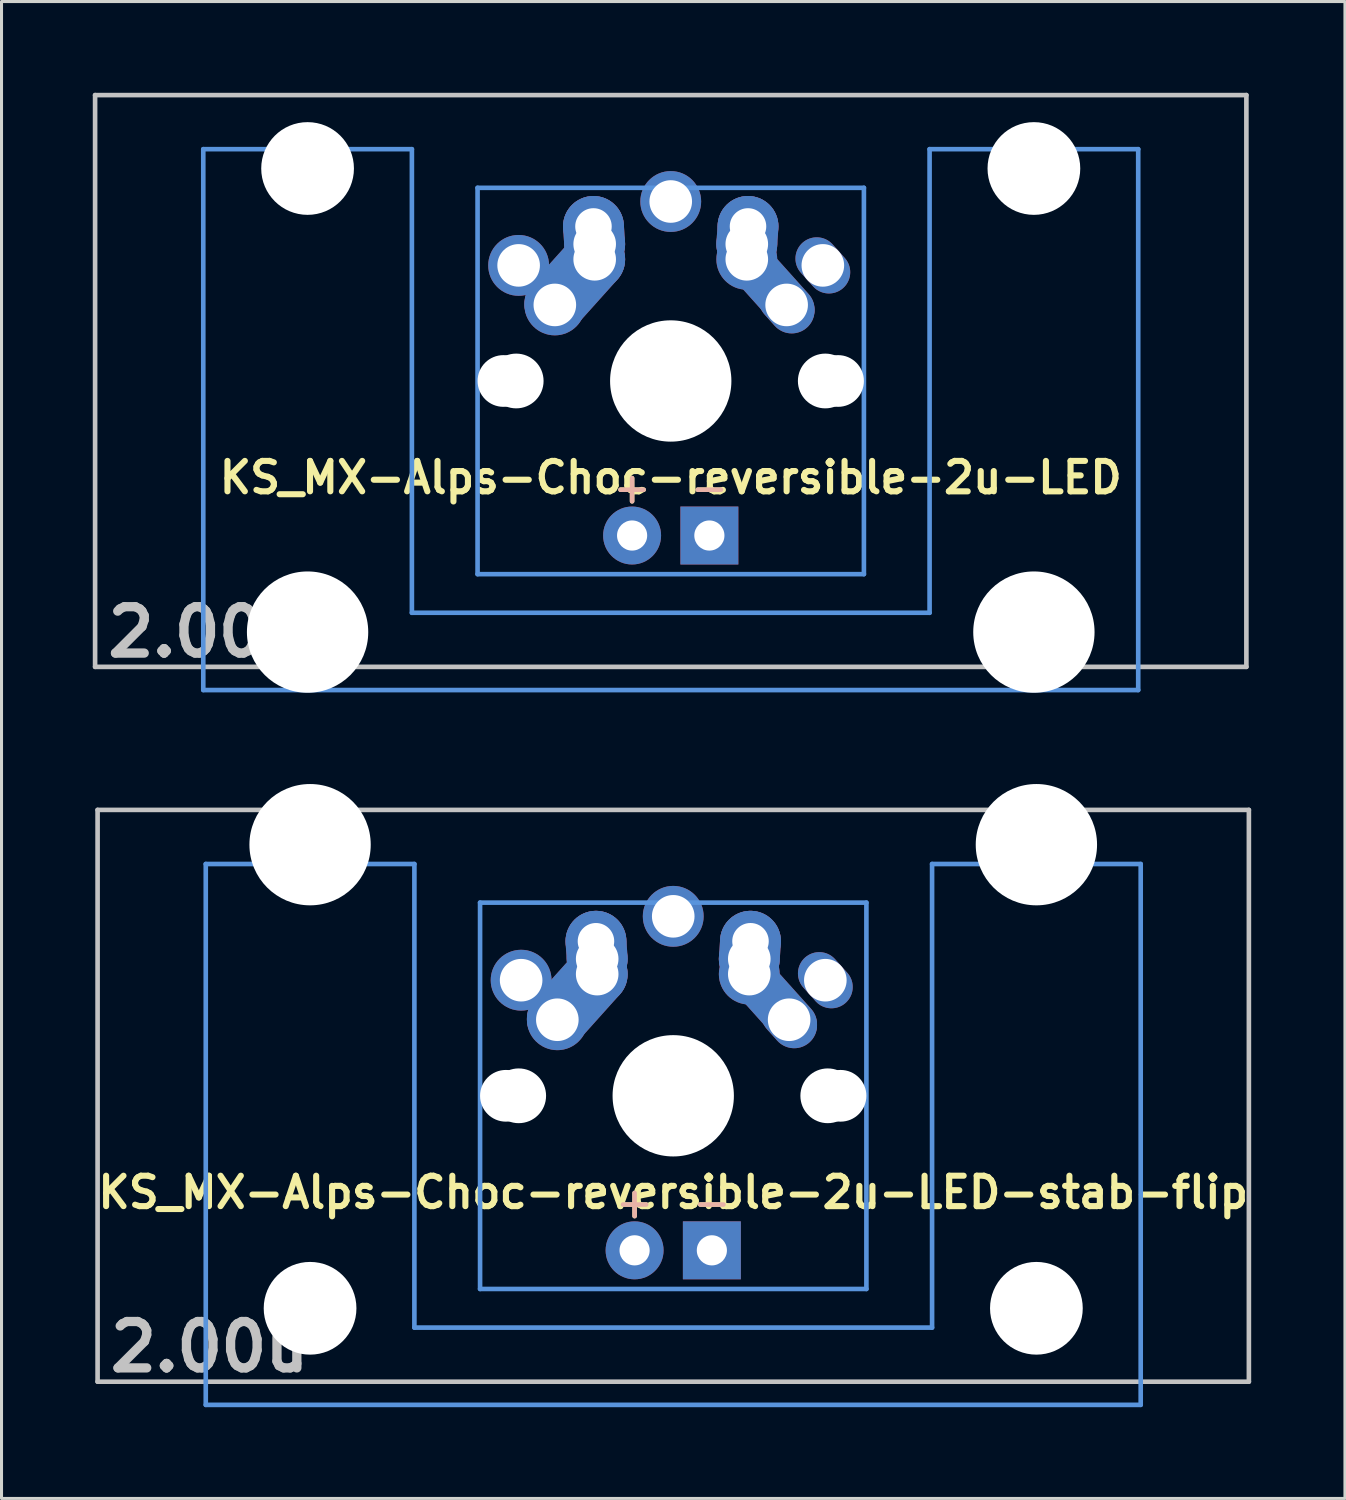
<source format=kicad_pcb>
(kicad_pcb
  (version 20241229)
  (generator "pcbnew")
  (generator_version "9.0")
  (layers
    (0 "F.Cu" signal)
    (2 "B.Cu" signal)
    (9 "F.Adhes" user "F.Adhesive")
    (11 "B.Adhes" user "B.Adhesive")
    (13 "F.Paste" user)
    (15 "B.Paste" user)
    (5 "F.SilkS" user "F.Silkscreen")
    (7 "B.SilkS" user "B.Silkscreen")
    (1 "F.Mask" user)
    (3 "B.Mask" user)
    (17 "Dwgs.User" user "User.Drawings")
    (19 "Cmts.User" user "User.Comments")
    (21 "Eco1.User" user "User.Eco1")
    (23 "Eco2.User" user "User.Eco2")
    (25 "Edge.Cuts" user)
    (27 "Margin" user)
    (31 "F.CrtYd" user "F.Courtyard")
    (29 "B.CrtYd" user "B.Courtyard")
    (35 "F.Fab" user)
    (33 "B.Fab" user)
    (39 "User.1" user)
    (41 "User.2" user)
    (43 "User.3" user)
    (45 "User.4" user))
  (footprint "KS_MX-Alps-Choc-reversible-2u-LED-stab-flip"
    (layer "F.Cu")
    (at 19.081 32.972)
    (property "Reference" "KS_MX-Alps-Choc-reversible-2u-LED-stab-flip" (at 0 3.175 0) (layer "F.SilkS") (effects (font (size 1 1) (thickness 0.2))))
    (attr through_hole)
    (fp_line (start -18.923 -9.398) (end 18.923 -9.398) (stroke (width 0.152) (type solid)) (layer "Dwgs.User"))
    (fp_line (start -18.923 9.398) (end -18.923 -9.398) (stroke (width 0.152) (type solid)) (layer "Dwgs.User"))
    (fp_line (start 18.923 -9.398) (end 18.923 9.398) (stroke (width 0.152) (type solid)) (layer "Dwgs.User"))
    (fp_line (start 18.923 9.398) (end -18.923 9.398) (stroke (width 0.152) (type solid)) (layer "Dwgs.User"))
    (fp_line (start -15.367 -7.62) (end -15.367 10.16) (stroke (width 0.152) (type solid)) (layer "Cmts.User"))
    (fp_line (start -15.367 10.16) (end 15.367 10.16) (stroke (width 0.152) (type solid)) (layer "Cmts.User"))
    (fp_line (start -8.509 -7.62) (end -15.367 -7.62) (stroke (width 0.152) (type solid)) (layer "Cmts.User"))
    (fp_line (start -8.509 7.62) (end -8.509 -7.62) (stroke (width 0.152) (type solid)) (layer "Cmts.User"))
    (fp_line (start -6.35 -6.35) (end 6.35 -6.35) (stroke (width 0.152) (type solid)) (layer "Cmts.User"))
    (fp_line (start -6.35 6.35) (end -6.35 -6.35) (stroke (width 0.152) (type solid)) (layer "Cmts.User"))
    (fp_line (start 6.35 -6.35) (end 6.35 6.35) (stroke (width 0.152) (type solid)) (layer "Cmts.User"))
    (fp_line (start 6.35 6.35) (end -6.35 6.35) (stroke (width 0.152) (type solid)) (layer "Cmts.User"))
    (fp_line (start 8.509 -7.62) (end 8.509 7.62) (stroke (width 0.152) (type solid)) (layer "Cmts.User"))
    (fp_line (start 8.509 7.62) (end -8.509 7.62) (stroke (width 0.152) (type solid)) (layer "Cmts.User"))
    (fp_line (start 15.367 -7.62) (end 8.509 -7.62) (stroke (width 0.152) (type solid)) (layer "Cmts.User"))
    (fp_line (start 15.367 10.16) (end 15.367 -7.62) (stroke (width 0.152) (type solid)) (layer "Cmts.User"))
    (fp_line (start -16.129 -2.286) (end -15.265 -2.286) (stroke (width 0.152) (type solid)) (layer "Eco2.User"))
    (fp_line (start -16.129 0.508) (end -16.129 -2.286) (stroke (width 0.152) (type solid)) (layer "Eco2.User"))
    (fp_line (start -15.265 -5.69) (end -8.611 -5.69) (stroke (width 0.152) (type solid)) (layer "Eco2.User"))
    (fp_line (start -15.265 -2.286) (end -15.265 -5.69) (stroke (width 0.152) (type solid)) (layer "Eco2.User"))
    (fp_line (start -15.265 0.508) (end -16.129 0.508) (stroke (width 0.152) (type solid)) (layer "Eco2.User"))
    (fp_line (start -15.265 6.604) (end -15.265 0.508) (stroke (width 0.152) (type solid)) (layer "Eco2.User"))
    (fp_line (start -14.224 6.604) (end -15.265 6.604) (stroke (width 0.152) (type solid)) (layer "Eco2.User"))
    (fp_line (start -14.224 7.772) (end -14.224 6.604) (stroke (width 0.152) (type solid)) (layer "Eco2.User"))
    (fp_line (start -9.652 6.604) (end -9.652 7.772) (stroke (width 0.152) (type solid)) (layer "Eco2.User"))
    (fp_line (start -9.652 7.772) (end -14.224 7.772) (stroke (width 0.152) (type solid)) (layer "Eco2.User"))
    (fp_line (start -8.611 -5.69) (end -8.611 -4.877) (stroke (width 0.152) (type solid)) (layer "Eco2.User"))
    (fp_line (start -8.611 -4.877) (end -6.985 -4.877) (stroke (width 0.152) (type solid)) (layer "Eco2.User"))
    (fp_line (start -8.611 5.817) (end -8.611 6.604) (stroke (width 0.152) (type solid)) (layer "Eco2.User"))
    (fp_line (start -8.611 6.604) (end -9.652 6.604) (stroke (width 0.152) (type solid)) (layer "Eco2.User"))
    (fp_line (start -6.985 -6.985) (end 6.985 -6.985) (stroke (width 0.152) (type solid)) (layer "Eco2.User"))
    (fp_line (start -6.985 -4.877) (end -6.985 -6.985) (stroke (width 0.152) (type solid)) (layer "Eco2.User"))
    (fp_line (start -6.985 5.817) (end -8.611 5.817) (stroke (width 0.152) (type solid)) (layer "Eco2.User"))
    (fp_line (start -6.985 6.985) (end -6.985 5.817) (stroke (width 0.152) (type solid)) (layer "Eco2.User"))
    (fp_line (start 6.985 -6.985) (end 6.985 -4.877) (stroke (width 0.152) (type solid)) (layer "Eco2.User"))
    (fp_line (start 6.985 -4.877) (end 8.611 -4.877) (stroke (width 0.152) (type solid)) (layer "Eco2.User"))
    (fp_line (start 6.985 5.817) (end 6.985 6.985) (stroke (width 0.152) (type solid)) (layer "Eco2.User"))
    (fp_line (start 6.985 6.985) (end -6.985 6.985) (stroke (width 0.152) (type solid)) (layer "Eco2.User"))
    (fp_line (start 8.611 -5.69) (end 15.265 -5.69) (stroke (width 0.152) (type solid)) (layer "Eco2.User"))
    (fp_line (start 8.611 -4.877) (end 8.611 -5.69) (stroke (width 0.152) (type solid)) (layer "Eco2.User"))
    (fp_line (start 8.611 5.817) (end 6.985 5.817) (stroke (width 0.152) (type solid)) (layer "Eco2.User"))
    (fp_line (start 8.611 6.604) (end 8.611 5.817) (stroke (width 0.152) (type solid)) (layer "Eco2.User"))
    (fp_line (start 9.652 6.604) (end 8.611 6.604) (stroke (width 0.152) (type solid)) (layer "Eco2.User"))
    (fp_line (start 9.652 7.772) (end 9.652 6.604) (stroke (width 0.152) (type solid)) (layer "Eco2.User"))
    (fp_line (start 14.224 6.604) (end 14.224 7.772) (stroke (width 0.152) (type solid)) (layer "Eco2.User"))
    (fp_line (start 14.224 7.772) (end 9.652 7.772) (stroke (width 0.152) (type solid)) (layer "Eco2.User"))
    (fp_line (start 15.265 -5.69) (end 15.265 -2.286) (stroke (width 0.152) (type solid)) (layer "Eco2.User"))
    (fp_line (start 15.265 -2.286) (end 16.129 -2.286) (stroke (width 0.152) (type solid)) (layer "Eco2.User"))
    (fp_line (start 15.265 0.508) (end 15.265 6.604) (stroke (width 0.152) (type solid)) (layer "Eco2.User"))
    (fp_line (start 15.265 6.604) (end 14.224 6.604) (stroke (width 0.152) (type solid)) (layer "Eco2.User"))
    (fp_line (start 16.129 -2.286) (end 16.129 0.508) (stroke (width 0.152) (type solid)) (layer "Eco2.User"))
    (fp_line (start 16.129 0.508) (end 15.265 0.508) (stroke (width 0.152) (type solid)) (layer "Eco2.User"))
    (fp_text user "-" (at 1.27 3.5 0) (layer "F.SilkS") (effects (font (size 1 1) (thickness 0.15))))
    (fp_text user "+" (at -1.27 3.5 0) (layer "F.SilkS") (effects (font (size 1 1) (thickness 0.15))))
    (fp_text user "-" (at 1.27 3.5 0) (layer "B.SilkS") (effects (font (size 1 1) (thickness 0.15)) (justify mirror)))
    (fp_text user "+" (at -1.27 3.5 0) (layer "B.SilkS") (effects (font (size 1 1) (thickness 0.15)) (justify mirror)))
    (fp_text user "2.00u" (at -15.24 8.255 0) (layer "Dwgs.User") (effects (font (size 1.524 1.524) (thickness 0.305))))
    (pad "" np_thru_hole circle (at -11.938 -8.255) (size 3.988 3.988) (drill 3.988) (layers "*.Cu"))
    (pad "" np_thru_hole circle (at -11.938 6.985) (size 3.048 3.048) (drill 3.048) (layers "*.Cu"))
    (pad "" np_thru_hole circle (at -5.5 0) (size 1.7 1.7) (drill 1.7) (layers "*.Cu"))
    (pad "" np_thru_hole circle (at -5.08 0) (size 1.8 1.8) (drill 1.8) (layers "*.Cu"))
    (pad "" np_thru_hole circle (at 0 0) (size 3.988 3.988) (drill 3.988) (layers "*.Cu"))
    (pad "" np_thru_hole circle (at 5.08 0) (size 1.8 1.8) (drill 1.8) (layers "*.Cu"))
    (pad "" np_thru_hole circle (at 5.5 0) (size 1.7 1.7) (drill 1.7) (layers "*.Cu"))
    (pad "" np_thru_hole circle (at 11.938 -8.255) (size 3.988 3.988) (drill 3.988) (layers "*.Cu"))
    (pad "" np_thru_hole circle (at 11.938 6.985) (size 3.048 3.048) (drill 3.048) (layers "*.Cu"))
    (pad "1" thru_hole circle (at -5 -3.8) (size 2 2) (drill 1.4) (layers "*.Cu" "*.Mask"))
    (pad "1" thru_hole circle (at -3.81 -2.5 3.9) (size 2 2) (drill 1.4) (layers "*.Cu" "*.Mask"))
    (pad "1" smd oval (at -3.155 -3.27 138.1) (size 2 3.962) (layers "F.Cu" "F.Mask" "F.Paste"))
    (pad "1" smd oval (at -3.155 -3.27 138.1) (size 2 3.962) (layers "B.Cu" "B.Mask" "B.Paste"))
    (pad "1" thru_hole circle (at -2.54 -5.08) (size 2 2) (drill 1.2) (layers "*.Cu" "*.Mask"))
    (pad "1" smd oval (at -2.52 -4.79 3.9) (size 2 2.58) (layers "F.Cu" "F.Mask" "F.Paste"))
    (pad "1" smd oval (at -2.52 -4.79 3.9) (size 2 2.58) (layers "B.Cu" "B.Mask" "B.Paste"))
    (pad "1" thru_hole circle (at -2.5 -4.5) (size 2 2) (drill 1.4) (layers "*.Cu" "*.Mask"))
    (pad "1" thru_hole circle (at -2.5 -4) (size 2 2) (drill 1.4) (layers "*.Cu" "*.Mask"))
    (pad "1" thru_hole oval (at 5 -3.8 221.9) (size 1.4 2) (drill 1.4) (layers "*.Cu" "*.Mask"))
    (pad "2" thru_hole circle (at 0 -5.9) (size 2 2) (drill 1.4) (layers "*.Cu" "*.Mask"))
    (pad "2" thru_hole circle (at 2.5 -4.5 3.9) (size 2 2) (drill 1.4) (layers "*.Cu" "*.Mask"))
    (pad "2" thru_hole circle (at 2.5 -4 3.9) (size 2 2) (drill 1.4) (layers "*.Cu" "*.Mask"))
    (pad "2" smd oval (at 2.52 -4.79 356.1) (size 2 2.581) (layers "F.Cu" "F.Mask" "F.Paste"))
    (pad "2" smd oval (at 2.52 -4.79 356.1) (size 2 2.581) (layers "B.Cu" "B.Mask" "B.Paste"))
    (pad "2" thru_hole circle (at 2.54 -5.08 3.9) (size 2 2) (drill 1.2) (layers "*.Cu" "*.Mask"))
    (pad "2" smd oval (at 3.155 -3.27 221.9) (size 1.5 3.962) (layers "F.Cu" "F.Mask" "F.Paste"))
    (pad "2" smd oval (at 3.155 -3.27 221.9) (size 1.5 3.962) (layers "B.Cu" "B.Mask" "B.Paste"))
    (pad "2" thru_hole oval (at 3.81 -2.5 221.9) (size 1.5 2) (drill 1.4) (layers "*.Cu" "*.Mask"))
    (pad "3" thru_hole circle (at -1.27 5.08) (size 1.905 1.905) (drill 0.991) (layers "*.Cu" "*.Mask"))
    (pad "4" thru_hole rect (at 1.27 5.08) (size 1.905 1.905) (drill 0.991) (layers "*.Cu" "*.Mask")))
  (footprint "KS_MX-Alps-Choc-reversible-2u-LED"
    (layer "F.Cu")
    (at 18.999 9.474)
    (property "Reference" "KS_MX-Alps-Choc-reversible-2u-LED" (at 0 3.175 0) (layer "F.SilkS") (effects (font (size 1 1) (thickness 0.2))))
    (attr through_hole)
    (fp_line (start -18.923 -9.398) (end 18.923 -9.398) (stroke (width 0.152) (type solid)) (layer "Dwgs.User"))
    (fp_line (start -18.923 9.398) (end -18.923 -9.398) (stroke (width 0.152) (type solid)) (layer "Dwgs.User"))
    (fp_line (start 18.923 -9.398) (end 18.923 9.398) (stroke (width 0.152) (type solid)) (layer "Dwgs.User"))
    (fp_line (start 18.923 9.398) (end -18.923 9.398) (stroke (width 0.152) (type solid)) (layer "Dwgs.User"))
    (fp_line (start -15.367 -7.62) (end -15.367 10.16) (stroke (width 0.152) (type solid)) (layer "Cmts.User"))
    (fp_line (start -15.367 10.16) (end 15.367 10.16) (stroke (width 0.152) (type solid)) (layer "Cmts.User"))
    (fp_line (start -8.509 -7.62) (end -15.367 -7.62) (stroke (width 0.152) (type solid)) (layer "Cmts.User"))
    (fp_line (start -8.509 7.62) (end -8.509 -7.62) (stroke (width 0.152) (type solid)) (layer "Cmts.User"))
    (fp_line (start -6.35 -6.35) (end 6.35 -6.35) (stroke (width 0.152) (type solid)) (layer "Cmts.User"))
    (fp_line (start -6.35 6.35) (end -6.35 -6.35) (stroke (width 0.152) (type solid)) (layer "Cmts.User"))
    (fp_line (start 6.35 -6.35) (end 6.35 6.35) (stroke (width 0.152) (type solid)) (layer "Cmts.User"))
    (fp_line (start 6.35 6.35) (end -6.35 6.35) (stroke (width 0.152) (type solid)) (layer "Cmts.User"))
    (fp_line (start 8.509 -7.62) (end 8.509 7.62) (stroke (width 0.152) (type solid)) (layer "Cmts.User"))
    (fp_line (start 8.509 7.62) (end -8.509 7.62) (stroke (width 0.152) (type solid)) (layer "Cmts.User"))
    (fp_line (start 15.367 -7.62) (end 8.509 -7.62) (stroke (width 0.152) (type solid)) (layer "Cmts.User"))
    (fp_line (start 15.367 10.16) (end 15.367 -7.62) (stroke (width 0.152) (type solid)) (layer "Cmts.User"))
    (fp_line (start -16.129 -2.286) (end -15.265 -2.286) (stroke (width 0.152) (type solid)) (layer "Eco2.User"))
    (fp_line (start -16.129 0.508) (end -16.129 -2.286) (stroke (width 0.152) (type solid)) (layer "Eco2.User"))
    (fp_line (start -15.265 -5.69) (end -8.611 -5.69) (stroke (width 0.152) (type solid)) (layer "Eco2.User"))
    (fp_line (start -15.265 -2.286) (end -15.265 -5.69) (stroke (width 0.152) (type solid)) (layer "Eco2.User"))
    (fp_line (start -15.265 0.508) (end -16.129 0.508) (stroke (width 0.152) (type solid)) (layer "Eco2.User"))
    (fp_line (start -15.265 6.604) (end -15.265 0.508) (stroke (width 0.152) (type solid)) (layer "Eco2.User"))
    (fp_line (start -14.224 6.604) (end -15.265 6.604) (stroke (width 0.152) (type solid)) (layer "Eco2.User"))
    (fp_line (start -14.224 7.772) (end -14.224 6.604) (stroke (width 0.152) (type solid)) (layer "Eco2.User"))
    (fp_line (start -9.652 6.604) (end -9.652 7.772) (stroke (width 0.152) (type solid)) (layer "Eco2.User"))
    (fp_line (start -9.652 7.772) (end -14.224 7.772) (stroke (width 0.152) (type solid)) (layer "Eco2.User"))
    (fp_line (start -8.611 -5.69) (end -8.611 -4.877) (stroke (width 0.152) (type solid)) (layer "Eco2.User"))
    (fp_line (start -8.611 -4.877) (end -6.985 -4.877) (stroke (width 0.152) (type solid)) (layer "Eco2.User"))
    (fp_line (start -8.611 5.817) (end -8.611 6.604) (stroke (width 0.152) (type solid)) (layer "Eco2.User"))
    (fp_line (start -8.611 6.604) (end -9.652 6.604) (stroke (width 0.152) (type solid)) (layer "Eco2.User"))
    (fp_line (start -6.985 -6.985) (end 6.985 -6.985) (stroke (width 0.152) (type solid)) (layer "Eco2.User"))
    (fp_line (start -6.985 -4.877) (end -6.985 -6.985) (stroke (width 0.152) (type solid)) (layer "Eco2.User"))
    (fp_line (start -6.985 5.817) (end -8.611 5.817) (stroke (width 0.152) (type solid)) (layer "Eco2.User"))
    (fp_line (start -6.985 6.985) (end -6.985 5.817) (stroke (width 0.152) (type solid)) (layer "Eco2.User"))
    (fp_line (start 6.985 -6.985) (end 6.985 -4.877) (stroke (width 0.152) (type solid)) (layer "Eco2.User"))
    (fp_line (start 6.985 -4.877) (end 8.611 -4.877) (stroke (width 0.152) (type solid)) (layer "Eco2.User"))
    (fp_line (start 6.985 5.817) (end 6.985 6.985) (stroke (width 0.152) (type solid)) (layer "Eco2.User"))
    (fp_line (start 6.985 6.985) (end -6.985 6.985) (stroke (width 0.152) (type solid)) (layer "Eco2.User"))
    (fp_line (start 8.611 -5.69) (end 15.265 -5.69) (stroke (width 0.152) (type solid)) (layer "Eco2.User"))
    (fp_line (start 8.611 -4.877) (end 8.611 -5.69) (stroke (width 0.152) (type solid)) (layer "Eco2.User"))
    (fp_line (start 8.611 5.817) (end 6.985 5.817) (stroke (width 0.152) (type solid)) (layer "Eco2.User"))
    (fp_line (start 8.611 6.604) (end 8.611 5.817) (stroke (width 0.152) (type solid)) (layer "Eco2.User"))
    (fp_line (start 9.652 6.604) (end 8.611 6.604) (stroke (width 0.152) (type solid)) (layer "Eco2.User"))
    (fp_line (start 9.652 7.772) (end 9.652 6.604) (stroke (width 0.152) (type solid)) (layer "Eco2.User"))
    (fp_line (start 14.224 6.604) (end 14.224 7.772) (stroke (width 0.152) (type solid)) (layer "Eco2.User"))
    (fp_line (start 14.224 7.772) (end 9.652 7.772) (stroke (width 0.152) (type solid)) (layer "Eco2.User"))
    (fp_line (start 15.265 -5.69) (end 15.265 -2.286) (stroke (width 0.152) (type solid)) (layer "Eco2.User"))
    (fp_line (start 15.265 -2.286) (end 16.129 -2.286) (stroke (width 0.152) (type solid)) (layer "Eco2.User"))
    (fp_line (start 15.265 0.508) (end 15.265 6.604) (stroke (width 0.152) (type solid)) (layer "Eco2.User"))
    (fp_line (start 15.265 6.604) (end 14.224 6.604) (stroke (width 0.152) (type solid)) (layer "Eco2.User"))
    (fp_line (start 16.129 -2.286) (end 16.129 0.508) (stroke (width 0.152) (type solid)) (layer "Eco2.User"))
    (fp_line (start 16.129 0.508) (end 15.265 0.508) (stroke (width 0.152) (type solid)) (layer "Eco2.User"))
    (fp_text user "-" (at 1.27 3.5 0) (layer "F.SilkS") (effects (font (size 1 1) (thickness 0.15))))
    (fp_text user "+" (at -1.27 3.5 0) (layer "F.SilkS") (effects (font (size 1 1) (thickness 0.15))))
    (fp_text user "-" (at 1.27 3.5 0) (layer "B.SilkS") (effects (font (size 1 1) (thickness 0.15)) (justify mirror)))
    (fp_text user "+" (at -1.27 3.5 0) (layer "B.SilkS") (effects (font (size 1 1) (thickness 0.15)) (justify mirror)))
    (fp_text user "2.00u" (at -15.24 8.255 0) (layer "Dwgs.User") (effects (font (size 1.524 1.524) (thickness 0.305))))
    (pad "" np_thru_hole circle (at -11.938 -6.985) (size 3.048 3.048) (drill 3.048) (layers "*.Cu"))
    (pad "" np_thru_hole circle (at -11.938 8.255) (size 3.988 3.988) (drill 3.988) (layers "*.Cu"))
    (pad "" np_thru_hole circle (at -5.5 0) (size 1.7 1.7) (drill 1.7) (layers "*.Cu"))
    (pad "" np_thru_hole circle (at -5.08 0) (size 1.8 1.8) (drill 1.8) (layers "*.Cu"))
    (pad "" np_thru_hole circle (at 0 0) (size 3.988 3.988) (drill 3.988) (layers "*.Cu"))
    (pad "" np_thru_hole circle (at 5.08 0) (size 1.8 1.8) (drill 1.8) (layers "*.Cu"))
    (pad "" np_thru_hole circle (at 5.5 0) (size 1.7 1.7) (drill 1.7) (layers "*.Cu"))
    (pad "" np_thru_hole circle (at 11.938 -6.985) (size 3.048 3.048) (drill 3.048) (layers "*.Cu"))
    (pad "" np_thru_hole circle (at 11.938 8.255) (size 3.988 3.988) (drill 3.988) (layers "*.Cu"))
    (pad "1" thru_hole circle (at -5 -3.8) (size 2 2) (drill 1.4) (layers "*.Cu" "*.Mask"))
    (pad "1" thru_hole circle (at -3.81 -2.5 3.9) (size 2 2) (drill 1.4) (layers "*.Cu" "*.Mask"))
    (pad "1" smd oval (at -3.155 -3.27 138.1) (size 2 3.962) (layers "F.Cu" "F.Mask" "F.Paste"))
    (pad "1" smd oval (at -3.155 -3.27 138.1) (size 2 3.962) (layers "B.Cu" "B.Mask" "B.Paste"))
    (pad "1" thru_hole circle (at -2.54 -5.08) (size 2 2) (drill 1.2) (layers "*.Cu" "*.Mask"))
    (pad "1" smd oval (at -2.52 -4.79 3.9) (size 2 2.58) (layers "F.Cu" "F.Mask" "F.Paste"))
    (pad "1" smd oval (at -2.52 -4.79 3.9) (size 2 2.58) (layers "B.Cu" "B.Mask" "B.Paste"))
    (pad "1" thru_hole circle (at -2.5 -4.5) (size 2 2) (drill 1.4) (layers "*.Cu" "*.Mask"))
    (pad "1" thru_hole circle (at -2.5 -4) (size 2 2) (drill 1.4) (layers "*.Cu" "*.Mask"))
    (pad "1" thru_hole oval (at 5 -3.8 221.9) (size 1.4 2) (drill 1.4) (layers "*.Cu" "*.Mask"))
    (pad "2" thru_hole circle (at 0 -5.9) (size 2 2) (drill 1.4) (layers "*.Cu" "*.Mask"))
    (pad "2" thru_hole circle (at 2.5 -4.5 3.9) (size 2 2) (drill 1.4) (layers "*.Cu" "*.Mask"))
    (pad "2" thru_hole circle (at 2.5 -4 3.9) (size 2 2) (drill 1.4) (layers "*.Cu" "*.Mask"))
    (pad "2" smd oval (at 2.52 -4.79 356.1) (size 2 2.581) (layers "F.Cu" "F.Mask" "F.Paste"))
    (pad "2" smd oval (at 2.52 -4.79 356.1) (size 2 2.581) (layers "B.Cu" "B.Mask" "B.Paste"))
    (pad "2" thru_hole circle (at 2.54 -5.08 3.9) (size 2 2) (drill 1.2) (layers "*.Cu" "*.Mask"))
    (pad "2" smd oval (at 3.155 -3.27 221.9) (size 1.5 3.962) (layers "F.Cu" "F.Mask" "F.Paste"))
    (pad "2" smd oval (at 3.155 -3.27 221.9) (size 1.5 3.962) (layers "B.Cu" "B.Mask" "B.Paste"))
    (pad "2" thru_hole oval (at 3.81 -2.5 221.9) (size 1.5 2) (drill 1.4) (layers "*.Cu" "*.Mask"))
    (pad "3" thru_hole circle (at -1.27 5.08) (size 1.905 1.905) (drill 0.991) (layers "*.Cu" "*.Mask"))
    (pad "4" thru_hole rect (at 1.27 5.08) (size 1.905 1.905) (drill 0.991) (layers "*.Cu" "*.Mask")))
  (gr_rect
    (start -3 -3)
    (end 41.162 46.208)
    (stroke (width 0.1) (type default))
    (fill no)
    (layer "Edge.Cuts")))
</source>
